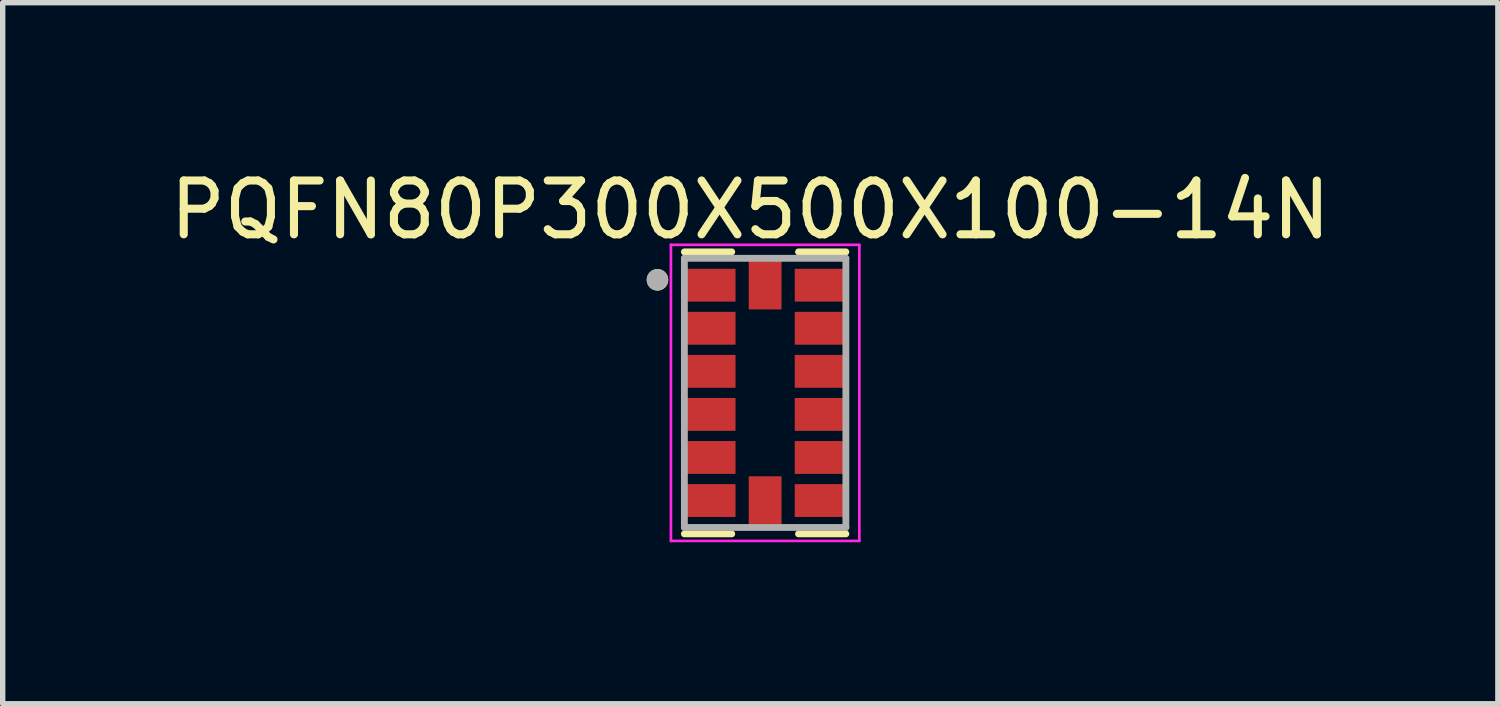
<source format=kicad_pcb>
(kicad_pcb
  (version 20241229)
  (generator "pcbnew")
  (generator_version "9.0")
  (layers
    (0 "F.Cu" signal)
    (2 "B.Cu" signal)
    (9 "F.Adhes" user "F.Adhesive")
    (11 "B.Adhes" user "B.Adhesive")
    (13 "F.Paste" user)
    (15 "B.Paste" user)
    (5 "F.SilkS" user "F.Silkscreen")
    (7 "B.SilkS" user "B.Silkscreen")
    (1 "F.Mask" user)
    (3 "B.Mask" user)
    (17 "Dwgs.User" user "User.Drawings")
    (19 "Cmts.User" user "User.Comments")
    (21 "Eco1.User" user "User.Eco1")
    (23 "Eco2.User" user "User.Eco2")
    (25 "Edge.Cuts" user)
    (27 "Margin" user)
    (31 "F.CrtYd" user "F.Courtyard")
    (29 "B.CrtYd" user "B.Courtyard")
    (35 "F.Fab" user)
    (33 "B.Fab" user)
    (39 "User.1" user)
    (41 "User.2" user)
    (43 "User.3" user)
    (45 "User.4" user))
  (footprint "PQFN80P300X500X100-14N"
    (layer "F.Cu")
    (at 11.163 4.248)
    (property "Reference" "PQFN80P300X500X100-14N" (at -0.276 -3.4 0) (layer "F.SilkS") (effects (font (size 1 1) (thickness 0.15))))
    (attr smd)
    (fp_line (start -1.5 -2.619) (end -0.62 -2.619) (stroke (width 0.127) (type solid)) (layer "F.SilkS"))
    (fp_line (start -1.5 2.619) (end -0.62 2.619) (stroke (width 0.127) (type solid)) (layer "F.SilkS"))
    (fp_line (start 0.62 -2.619) (end 1.5 -2.619) (stroke (width 0.127) (type solid)) (layer "F.SilkS"))
    (fp_line (start 0.62 2.619) (end 1.5 2.619) (stroke (width 0.127) (type solid)) (layer "F.SilkS"))
    (fp_circle (center -2 -2.1) (end -1.9 -2.1) (stroke (width 0.2) (type solid)) (fill no) (layer "F.SilkS"))
    (fp_line (start -1.75 -2.75) (end 1.75 -2.75) (stroke (width 0.05) (type solid)) (layer "F.CrtYd"))
    (fp_line (start -1.75 2.75) (end -1.75 -2.75) (stroke (width 0.05) (type solid)) (layer "F.CrtYd"))
    (fp_line (start 1.75 -2.75) (end 1.75 2.75) (stroke (width 0.05) (type solid)) (layer "F.CrtYd"))
    (fp_line (start 1.75 2.75) (end -1.75 2.75) (stroke (width 0.05) (type solid)) (layer "F.CrtYd"))
    (fp_line (start -1.5 -2.5) (end 1.5 -2.5) (stroke (width 0.127) (type solid)) (layer "F.Fab"))
    (fp_line (start -1.5 2.5) (end -1.5 -2.5) (stroke (width 0.127) (type solid)) (layer "F.Fab"))
    (fp_line (start 1.5 -2.5) (end 1.5 2.5) (stroke (width 0.127) (type solid)) (layer "F.Fab"))
    (fp_line (start 1.5 2.5) (end -1.5 2.5) (stroke (width 0.127) (type solid)) (layer "F.Fab"))
    (fp_circle (center -2 -2.1) (end -1.9 -2.1) (stroke (width 0.2) (type solid)) (fill no) (layer "F.Fab"))
    (pad "1" smd rect (at -1.01 -2) (size 0.92 0.61) (layers "F.Cu" "F.Mask" "F.Paste"))
    (pad "2" smd rect (at -1.01 -1.2) (size 0.92 0.61) (layers "F.Cu" "F.Mask" "F.Paste"))
    (pad "3" smd rect (at -1.01 -0.4) (size 0.92 0.61) (layers "F.Cu" "F.Mask" "F.Paste"))
    (pad "4" smd rect (at -1.01 0.4) (size 0.92 0.61) (layers "F.Cu" "F.Mask" "F.Paste"))
    (pad "5" smd rect (at -1.01 1.2) (size 0.92 0.61) (layers "F.Cu" "F.Mask" "F.Paste"))
    (pad "6" smd rect (at -1.01 2) (size 0.92 0.61) (layers "F.Cu" "F.Mask" "F.Paste"))
    (pad "7" smd rect (at 0 2.01) (size 0.61 0.92) (layers "F.Cu" "F.Mask" "F.Paste"))
    (pad "8" smd rect (at 1.01 2) (size 0.92 0.61) (layers "F.Cu" "F.Mask" "F.Paste"))
    (pad "9" smd rect (at 1.01 1.2) (size 0.92 0.61) (layers "F.Cu" "F.Mask" "F.Paste"))
    (pad "10" smd rect (at 1.01 0.4) (size 0.92 0.61) (layers "F.Cu" "F.Mask" "F.Paste"))
    (pad "11" smd rect (at 1.01 -0.4) (size 0.92 0.61) (layers "F.Cu" "F.Mask" "F.Paste"))
    (pad "12" smd rect (at 1.01 -1.2) (size 0.92 0.61) (layers "F.Cu" "F.Mask" "F.Paste"))
    (pad "13" smd rect (at 1.01 -2) (size 0.92 0.61) (layers "F.Cu" "F.Mask" "F.Paste"))
    (pad "14" smd rect (at 0 -2.01) (size 0.61 0.92) (layers "F.Cu" "F.Mask" "F.Paste")))
  (gr_rect
    (start -3 -3)
    (end 24.774 10.023)
    (stroke (width 0.1) (type default))
    (fill no)
    (layer "Edge.Cuts")))
</source>
